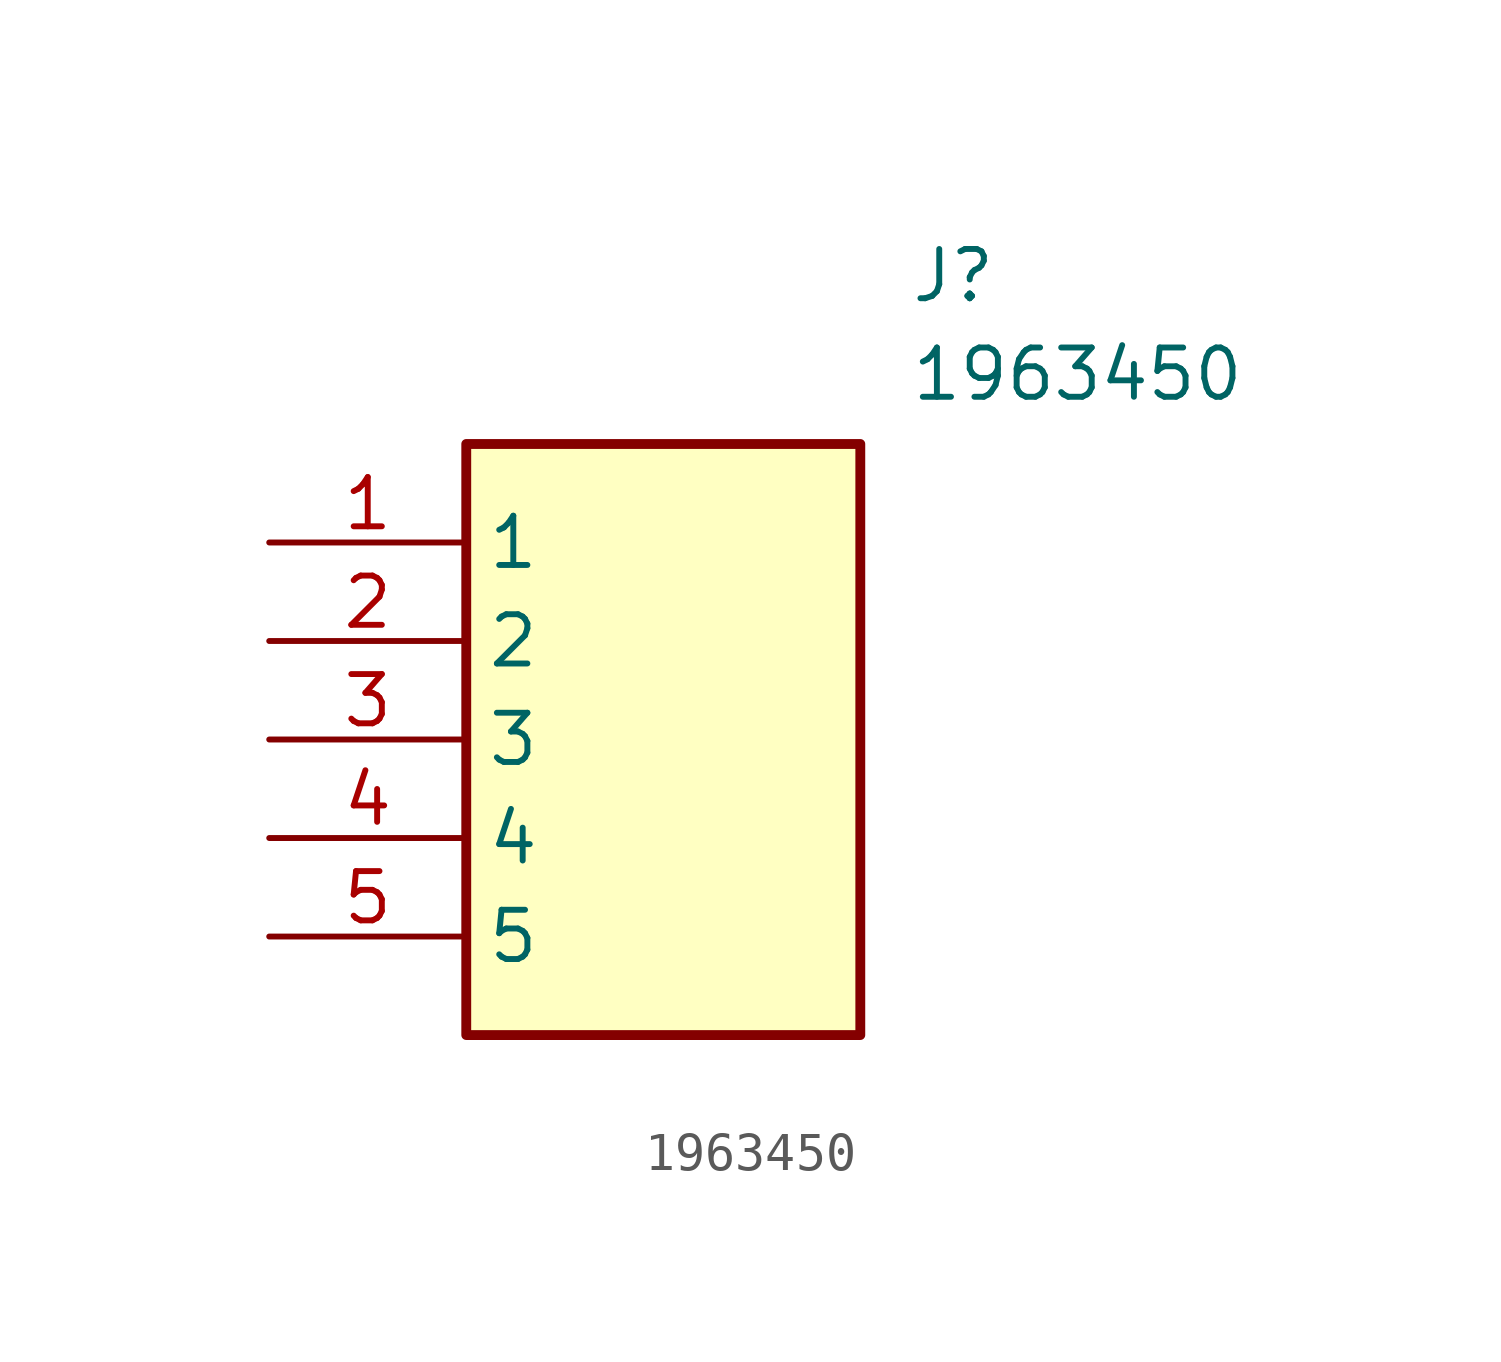
<source format=kicad_sym>
(kicad_symbol_lib
  (version 20211014)
  (generator SamacSys_ECAD_Model)
  (symbol "1963450"
    (property "Reference" "J"
      (at 16.51 7.62 0)
      (effects (font (size 1.27 1.27)) (justify left top)))
    (property "Value" "1963450"
      (at 16.51 5.08 0)
      (effects (font (size 1.27 1.27)) (justify left top)))
    (rectangle
      (start 5.08 2.54)
      (end 15.24 -12.7)
      (stroke (width 0.254) (type default))
      (fill (type background)))
    (pin passive line
      (at 0 0 0)
      (length 5.08)
      (name "1" (effects (font (size 1.27 1.27))))
      (number "1" (effects (font (size 1.27 1.27)))))
    (pin passive line
      (at 0 -2.54 0)
      (length 5.08)
      (name "2" (effects (font (size 1.27 1.27))))
      (number "2" (effects (font (size 1.27 1.27)))))
    (pin passive line
      (at 0 -5.08 0)
      (length 5.08)
      (name "3" (effects (font (size 1.27 1.27))))
      (number "3" (effects (font (size 1.27 1.27)))))
    (pin passive line
      (at 0 -7.62 0)
      (length 5.08)
      (name "4" (effects (font (size 1.27 1.27))))
      (number "4" (effects (font (size 1.27 1.27)))))
    (pin passive line
      (at 0 -10.16 0)
      (length 5.08)
      (name "5" (effects (font (size 1.27 1.27))))
      (number "5" (effects (font (size 1.27 1.27)))))))
</source>
